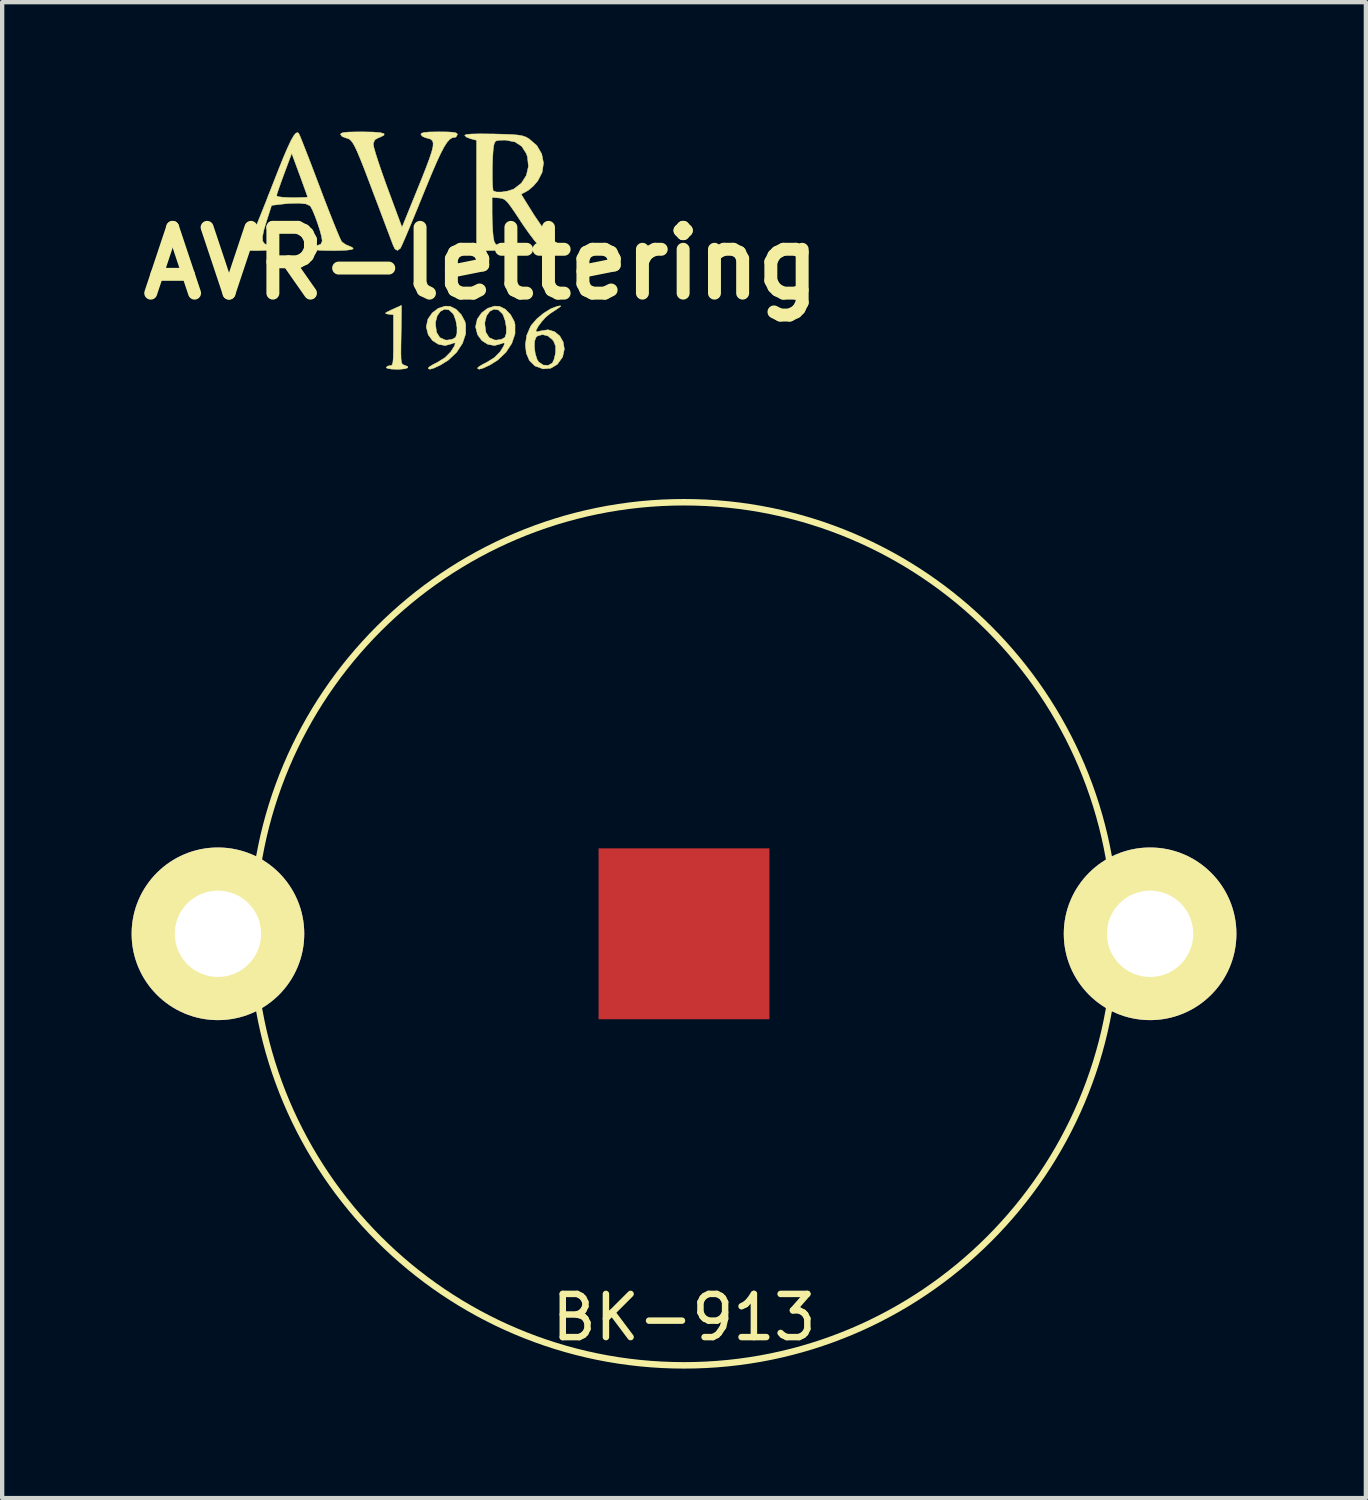
<source format=kicad_pcb>
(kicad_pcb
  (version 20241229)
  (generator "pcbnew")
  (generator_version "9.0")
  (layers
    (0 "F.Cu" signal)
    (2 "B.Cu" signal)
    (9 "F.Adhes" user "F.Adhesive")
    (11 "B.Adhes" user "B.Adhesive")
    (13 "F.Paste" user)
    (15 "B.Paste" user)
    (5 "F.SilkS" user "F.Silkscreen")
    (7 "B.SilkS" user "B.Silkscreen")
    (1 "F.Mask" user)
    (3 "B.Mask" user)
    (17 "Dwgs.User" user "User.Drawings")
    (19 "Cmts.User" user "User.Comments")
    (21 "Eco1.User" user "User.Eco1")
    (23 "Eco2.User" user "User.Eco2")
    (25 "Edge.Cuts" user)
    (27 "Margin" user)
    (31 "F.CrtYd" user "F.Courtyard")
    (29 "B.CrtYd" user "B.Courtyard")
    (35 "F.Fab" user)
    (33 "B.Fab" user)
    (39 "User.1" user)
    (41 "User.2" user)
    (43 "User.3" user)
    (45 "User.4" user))
  (footprint "AVR-lettering"
    (layer "F.Cu")
    (at 8.099 3.053)
    (property "Reference" "AVR-lettering" (at 0 0 0) (layer "F.SilkS") (effects (font (size 1.524 1.524) (thickness 0.3))))
    (attr through_hole)
    (fp_poly (pts (xy -1.846 1.014) (xy -1.846 1.124) (xy -1.848 1.291) (xy -1.851 1.5) (xy -1.854 1.654) (xy -1.858 1.909) (xy -1.859 2.091) (xy -1.856 2.213) (xy -1.846 2.289) (xy -1.829 2.331) (xy -1.803 2.35) (xy -1.78 2.358) (xy -1.702 2.39) (xy -1.7 2.419) (xy -1.767 2.442) (xy -1.896 2.455) (xy -1.947 2.455) (xy -2.083 2.449) (xy -2.174 2.432) (xy -2.201 2.413) (xy -2.166 2.379) (xy -2.117 2.371) (xy -2.083 2.366) (xy -2.06 2.344) (xy -2.045 2.292) (xy -2.037 2.196) (xy -2.033 2.043) (xy -2.032 1.821) (xy -2.032 1.781) (xy -2.032 1.191) (xy -2.148 1.177) (xy -2.209 1.166) (xy -2.214 1.148) (xy -2.155 1.114) (xy -2.058 1.068) (xy -1.943 1.016) (xy -1.866 0.981) (xy -1.847 0.974) (xy -1.846 1.014)) (stroke (width 0.01) (type solid)) (fill yes) (layer "F.SilkS"))
    (fp_poly (pts (xy -0.719 0.995) (xy -0.583 1.062) (xy -0.462 1.187) (xy -0.377 1.343) (xy -0.358 1.413) (xy -0.358 1.631) (xy -0.432 1.852) (xy -0.569 2.061) (xy -0.761 2.242) (xy -0.938 2.353) (xy -1.094 2.426) (xy -1.188 2.453) (xy -1.225 2.436) (xy -1.226 2.424) (xy -1.19 2.39) (xy -1.099 2.336) (xy -1.013 2.293) (xy -0.836 2.183) (xy -0.703 2.048) (xy -0.698 2.04) (xy -0.62 1.915) (xy -0.598 1.85) (xy -0.631 1.842) (xy -0.675 1.861) (xy -0.833 1.904) (xy -0.99 1.875) (xy -1.127 1.788) (xy -1.226 1.653) (xy -1.269 1.483) (xy -1.27 1.459) (xy -1.259 1.409) (xy -1.058 1.409) (xy -1.033 1.598) (xy -0.957 1.72) (xy -0.832 1.775) (xy -0.786 1.778) (xy -0.673 1.76) (xy -0.594 1.716) (xy -0.592 1.714) (xy -0.561 1.623) (xy -0.559 1.486) (xy -0.584 1.334) (xy -0.632 1.199) (xy -0.652 1.165) (xy -0.744 1.078) (xy -0.846 1.062) (xy -0.942 1.11) (xy -1.017 1.212) (xy -1.056 1.358) (xy -1.058 1.409) (xy -1.259 1.409) (xy -1.233 1.292) (xy -1.134 1.148) (xy -0.993 1.041) (xy -0.832 0.99) (xy -0.719 0.995)) (stroke (width 0.01) (type solid)) (fill yes) (layer "F.SilkS"))
    (fp_poly (pts (xy 0.424 0.995) (xy 0.56 1.062) (xy 0.681 1.187) (xy 0.766 1.343) (xy 0.785 1.413) (xy 0.785 1.631) (xy 0.711 1.852) (xy 0.574 2.061) (xy 0.382 2.242) (xy 0.205 2.353) (xy 0.049 2.426) (xy -0.045 2.453) (xy -0.082 2.436) (xy -0.083 2.424) (xy -0.047 2.39) (xy 0.044 2.336) (xy 0.13 2.293) (xy 0.307 2.183) (xy 0.44 2.048) (xy 0.445 2.04) (xy 0.523 1.915) (xy 0.545 1.85) (xy 0.512 1.842) (xy 0.468 1.861) (xy 0.31 1.904) (xy 0.153 1.875) (xy 0.016 1.788) (xy -0.083 1.653) (xy -0.126 1.483) (xy -0.127 1.459) (xy -0.116 1.409) (xy 0.085 1.409) (xy 0.11 1.598) (xy 0.186 1.72) (xy 0.311 1.775) (xy 0.357 1.778) (xy 0.47 1.76) (xy 0.549 1.716) (xy 0.551 1.714) (xy 0.582 1.623) (xy 0.584 1.486) (xy 0.559 1.334) (xy 0.511 1.199) (xy 0.491 1.165) (xy 0.399 1.078) (xy 0.297 1.062) (xy 0.201 1.11) (xy 0.126 1.212) (xy 0.087 1.358) (xy 0.085 1.409) (xy -0.116 1.409) (xy -0.09 1.292) (xy 0.009 1.148) (xy 0.15 1.041) (xy 0.311 0.99) (xy 0.424 0.995)) (stroke (width 0.01) (type solid)) (fill yes) (layer "F.SilkS"))
    (fp_poly (pts (xy 1.847 0.987) (xy 1.822 1.012) (xy 1.742 1.068) (xy 1.599 1.162) (xy 1.594 1.165) (xy 1.499 1.244) (xy 1.401 1.352) (xy 1.319 1.463) (xy 1.273 1.551) (xy 1.27 1.572) (xy 1.304 1.584) (xy 1.383 1.564) (xy 1.55 1.538) (xy 1.7 1.582) (xy 1.821 1.681) (xy 1.901 1.821) (xy 1.928 1.985) (xy 1.89 2.161) (xy 1.881 2.18) (xy 1.765 2.34) (xy 1.612 2.43) (xy 1.436 2.445) (xy 1.253 2.38) (xy 1.243 2.374) (xy 1.119 2.252) (xy 1.046 2.081) (xy 1.031 1.942) (xy 1.234 1.942) (xy 1.254 2.093) (xy 1.295 2.224) (xy 1.334 2.286) (xy 1.44 2.356) (xy 1.556 2.363) (xy 1.651 2.307) (xy 1.689 2.226) (xy 1.718 2.103) (xy 1.724 2.064) (xy 1.726 1.921) (xy 1.684 1.813) (xy 1.652 1.767) (xy 1.545 1.68) (xy 1.421 1.65) (xy 1.309 1.68) (xy 1.27 1.715) (xy 1.238 1.806) (xy 1.234 1.942) (xy 1.031 1.942) (xy 1.025 1.879) (xy 1.057 1.666) (xy 1.145 1.462) (xy 1.163 1.433) (xy 1.285 1.291) (xy 1.445 1.156) (xy 1.617 1.05) (xy 1.761 0.996) (xy 1.824 0.984) (xy 1.847 0.987)) (stroke (width 0.01) (type solid)) (fill yes) (layer "F.SilkS"))
    (fp_poly (pts (xy -0.776 -3.046) (xy -0.65 -3.038) (xy -0.58 -3.023) (xy -0.552 -2.998) (xy -0.55 -2.985) (xy -0.583 -2.928) (xy -0.611 -2.921) (xy -0.67 -2.911) (xy -0.728 -2.875) (xy -0.79 -2.806) (xy -0.86 -2.697) (xy -0.941 -2.541) (xy -1.039 -2.33) (xy -1.156 -2.057) (xy -1.297 -1.715) (xy -1.358 -1.566) (xy -1.478 -1.27) (xy -1.591 -0.997) (xy -1.69 -0.76) (xy -1.772 -0.567) (xy -1.833 -0.429) (xy -1.867 -0.357) (xy -1.872 -0.349) (xy -1.938 -0.3) (xy -1.996 -0.332) (xy -2.036 -0.413) (xy -2.063 -0.483) (xy -2.115 -0.621) (xy -2.188 -0.814) (xy -2.277 -1.05) (xy -2.377 -1.316) (xy -2.464 -1.545) (xy -2.6 -1.905) (xy -2.71 -2.194) (xy -2.8 -2.42) (xy -2.871 -2.59) (xy -2.93 -2.714) (xy -2.979 -2.799) (xy -3.023 -2.853) (xy -3.065 -2.884) (xy -3.11 -2.901) (xy -3.134 -2.906) (xy -3.223 -2.941) (xy -3.26 -2.99) (xy -3.26 -2.99) (xy -3.243 -3.015) (xy -3.184 -3.033) (xy -3.072 -3.043) (xy -2.893 -3.047) (xy -2.752 -3.048) (xy -2.501 -3.043) (xy -2.334 -3.029) (xy -2.25 -3.006) (xy -2.25 -2.972) (xy -2.331 -2.929) (xy -2.371 -2.915) (xy -2.464 -2.864) (xy -2.496 -2.785) (xy -2.498 -2.751) (xy -2.483 -2.677) (xy -2.443 -2.537) (xy -2.381 -2.345) (xy -2.302 -2.113) (xy -2.211 -1.855) (xy -2.166 -1.733) (xy -1.834 -0.836) (xy -1.535 -1.572) (xy -1.393 -1.922) (xy -1.282 -2.203) (xy -1.2 -2.422) (xy -1.145 -2.587) (xy -1.116 -2.707) (xy -1.112 -2.79) (xy -1.13 -2.844) (xy -1.169 -2.877) (xy -1.227 -2.897) (xy -1.269 -2.906) (xy -1.359 -2.941) (xy -1.397 -2.989) (xy -1.397 -2.99) (xy -1.379 -3.017) (xy -1.315 -3.035) (xy -1.193 -3.045) (xy -1.001 -3.048) (xy -0.974 -3.048) (xy -0.776 -3.046)) (stroke (width 0.01) (type solid)) (fill yes) (layer "F.SilkS"))
    (fp_poly (pts (xy -4.229 -3.016) (xy -4.207 -2.97) (xy -4.159 -2.855) (xy -4.09 -2.68) (xy -4.002 -2.455) (xy -3.901 -2.191) (xy -3.79 -1.898) (xy -3.744 -1.778) (xy -3.629 -1.473) (xy -3.52 -1.193) (xy -3.422 -0.946) (xy -3.34 -0.743) (xy -3.277 -0.595) (xy -3.237 -0.513) (xy -3.23 -0.501) (xy -3.14 -0.435) (xy -3.066 -0.405) (xy -2.988 -0.371) (xy -2.963 -0.338) (xy -3.004 -0.32) (xy -3.117 -0.306) (xy -3.29 -0.298) (xy -3.45 -0.296) (xy -3.674 -0.3) (xy -3.834 -0.31) (xy -3.922 -0.327) (xy -3.937 -0.34) (xy -3.9 -0.377) (xy -3.812 -0.408) (xy -3.81 -0.409) (xy -3.714 -0.446) (xy -3.683 -0.517) (xy -3.683 -0.524) (xy -3.698 -0.621) (xy -3.736 -0.765) (xy -3.79 -0.932) (xy -3.85 -1.097) (xy -3.908 -1.236) (xy -3.956 -1.324) (xy -3.965 -1.334) (xy -4.06 -1.378) (xy -4.23 -1.395) (xy -4.468 -1.388) (xy -4.64 -1.37) (xy -4.856 -1.344) (xy -4.973 -0.978) (xy -5.037 -0.765) (xy -5.067 -0.616) (xy -5.063 -0.518) (xy -5.023 -0.458) (xy -4.946 -0.421) (xy -4.921 -0.414) (xy -4.812 -0.377) (xy -4.784 -0.346) (xy -4.834 -0.321) (xy -4.959 -0.304) (xy -5.156 -0.297) (xy -5.211 -0.296) (xy -5.413 -0.299) (xy -5.542 -0.308) (xy -5.608 -0.325) (xy -5.62 -0.349) (xy -5.569 -0.398) (xy -5.514 -0.415) (xy -5.424 -0.459) (xy -5.362 -0.524) (xy -5.331 -0.587) (xy -5.274 -0.719) (xy -5.196 -0.907) (xy -5.101 -1.143) (xy -4.993 -1.413) (xy -4.934 -1.565) (xy -4.741 -1.565) (xy -4.702 -1.546) (xy -4.596 -1.532) (xy -4.441 -1.525) (xy -4.381 -1.524) (xy -4.219 -1.525) (xy -4.095 -1.529) (xy -4.028 -1.535) (xy -4.022 -1.538) (xy -4.035 -1.58) (xy -4.073 -1.687) (xy -4.129 -1.842) (xy -4.197 -2.029) (xy -4.205 -2.051) (xy -4.389 -2.55) (xy -4.565 -2.078) (xy -4.634 -1.89) (xy -4.69 -1.731) (xy -4.728 -1.616) (xy -4.741 -1.565) (xy -4.934 -1.565) (xy -4.877 -1.709) (xy -4.849 -1.781) (xy -4.704 -2.151) (xy -4.585 -2.447) (xy -4.487 -2.675) (xy -4.409 -2.842) (xy -4.346 -2.952) (xy -4.297 -3.014) (xy -4.257 -3.032) (xy -4.229 -3.016)) (stroke (width 0.01) (type solid)) (fill yes) (layer "F.SilkS"))
    (fp_poly (pts (xy 0.261 -2.999) (xy 0.286 -2.999) (xy 0.542 -2.992) (xy 0.729 -2.984) (xy 0.863 -2.973) (xy 0.958 -2.955) (xy 1.032 -2.93) (xy 1.098 -2.894) (xy 1.109 -2.887) (xy 1.29 -2.731) (xy 1.403 -2.538) (xy 1.445 -2.324) (xy 1.412 -2.106) (xy 1.313 -1.913) (xy 1.211 -1.794) (xy 1.099 -1.698) (xy 1.057 -1.672) (xy 0.927 -1.604) (xy 1.022 -1.448) (xy 1.238 -1.102) (xy 1.423 -0.831) (xy 1.58 -0.631) (xy 1.711 -0.501) (xy 1.818 -0.436) (xy 1.831 -0.432) (xy 1.928 -0.394) (xy 1.979 -0.349) (xy 1.98 -0.347) (xy 1.956 -0.314) (xy 1.872 -0.297) (xy 1.75 -0.294) (xy 1.614 -0.306) (xy 1.486 -0.331) (xy 1.389 -0.368) (xy 1.384 -0.371) (xy 1.319 -0.432) (xy 1.22 -0.55) (xy 1.1 -0.71) (xy 0.97 -0.896) (xy 0.918 -0.974) (xy 0.784 -1.178) (xy 0.684 -1.322) (xy 0.611 -1.417) (xy 0.552 -1.473) (xy 0.499 -1.501) (xy 0.44 -1.513) (xy 0.413 -1.516) (xy 0.254 -1.529) (xy 0.254 -1.173) (xy 0.257 -0.977) (xy 0.266 -0.788) (xy 0.278 -0.641) (xy 0.28 -0.623) (xy 0.302 -0.504) (xy 0.338 -0.442) (xy 0.409 -0.412) (xy 0.45 -0.404) (xy 0.564 -0.375) (xy 0.598 -0.349) (xy 0.558 -0.326) (xy 0.447 -0.309) (xy 0.272 -0.299) (xy 0.106 -0.296) (xy -0.102 -0.3) (xy -0.261 -0.309) (xy -0.357 -0.324) (xy -0.381 -0.337) (xy -0.345 -0.375) (xy -0.256 -0.411) (xy -0.243 -0.414) (xy -0.106 -0.45) (xy -0.106 -2.115) (xy 0.259 -2.115) (xy 0.26 -1.938) (xy 0.266 -1.793) (xy 0.275 -1.701) (xy 0.282 -1.679) (xy 0.356 -1.654) (xy 0.479 -1.654) (xy 0.62 -1.677) (xy 0.747 -1.719) (xy 0.759 -1.725) (xy 0.932 -1.858) (xy 1.047 -2.038) (xy 1.096 -2.248) (xy 1.073 -2.468) (xy 1.045 -2.549) (xy 0.939 -2.714) (xy 0.783 -2.815) (xy 0.572 -2.855) (xy 0.534 -2.856) (xy 0.407 -2.853) (xy 0.339 -2.835) (xy 0.307 -2.788) (xy 0.292 -2.731) (xy 0.279 -2.631) (xy 0.269 -2.482) (xy 0.262 -2.303) (xy 0.259 -2.115) (xy -0.106 -2.115) (xy -0.106 -2.852) (xy -0.243 -2.888) (xy -0.337 -2.924) (xy -0.38 -2.964) (xy -0.381 -2.968) (xy -0.342 -2.987) (xy -0.223 -2.998) (xy -0.022 -3.002) (xy 0.261 -2.999)) (stroke (width 0.01) (type solid)) (fill yes) (layer "F.SilkS")))
  (footprint "BK-913"
    (layer "F.Cu")
    (at 12.8 18.588)
    (property "Reference" "BK-913" (at 0 8.89 0) (layer "F.SilkS") (effects (font (size 1 1) (thickness 0.15))))
    (attr through_hole)
    (fp_circle (center 0 0) (end 10 0) (stroke (width 0.15) (type solid)) (fill no) (layer "F.SilkS"))
    (pad "1" thru_hole circle (at -10.8 0) (size 4 4) (drill 2) (layers "*.Cu" "*.Mask" "F.SilkS"))
    (pad "1" thru_hole circle (at 10.8 0) (size 4 4) (drill 2) (layers "*.Cu" "*.Mask" "F.SilkS"))
    (pad "2" smd rect (at 0 0) (size 3.96 3.96) (layers "F.Cu" "F.Mask" "F.Paste")))
  (gr_rect
    (start -3 -3)
    (end 28.6 31.663)
    (stroke (width 0.1) (type default))
    (fill no)
    (layer "Edge.Cuts")))
</source>
